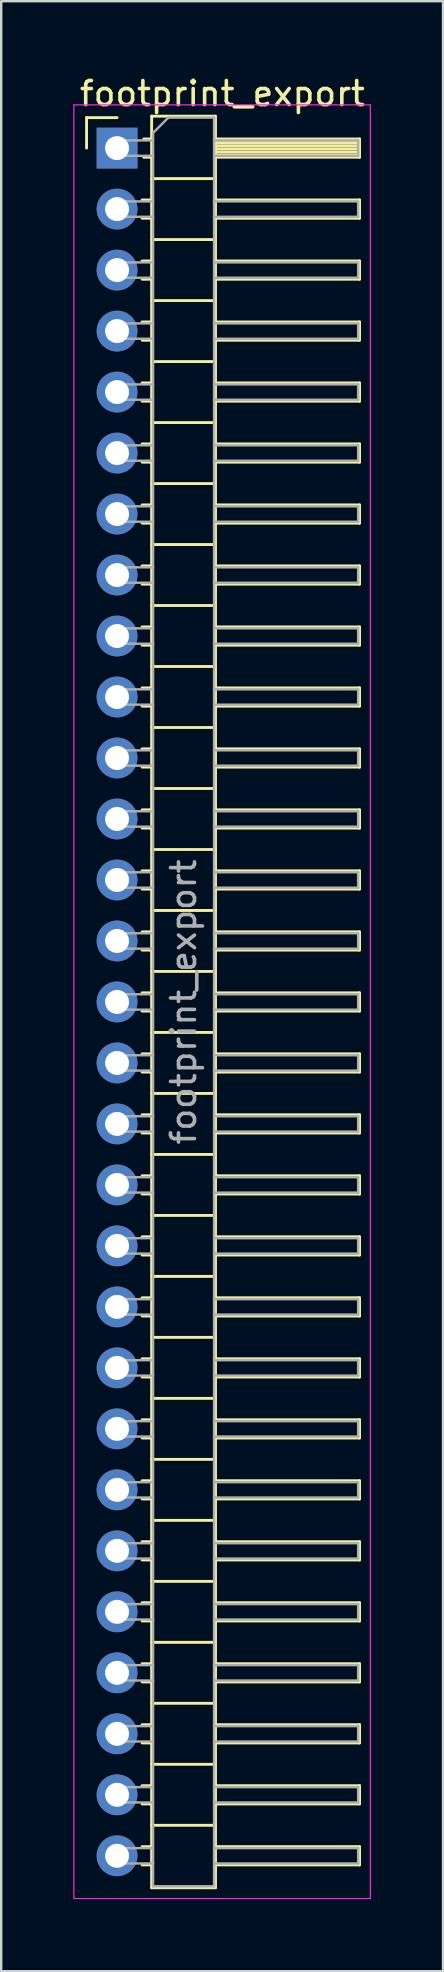
<source format=kicad_pcb>
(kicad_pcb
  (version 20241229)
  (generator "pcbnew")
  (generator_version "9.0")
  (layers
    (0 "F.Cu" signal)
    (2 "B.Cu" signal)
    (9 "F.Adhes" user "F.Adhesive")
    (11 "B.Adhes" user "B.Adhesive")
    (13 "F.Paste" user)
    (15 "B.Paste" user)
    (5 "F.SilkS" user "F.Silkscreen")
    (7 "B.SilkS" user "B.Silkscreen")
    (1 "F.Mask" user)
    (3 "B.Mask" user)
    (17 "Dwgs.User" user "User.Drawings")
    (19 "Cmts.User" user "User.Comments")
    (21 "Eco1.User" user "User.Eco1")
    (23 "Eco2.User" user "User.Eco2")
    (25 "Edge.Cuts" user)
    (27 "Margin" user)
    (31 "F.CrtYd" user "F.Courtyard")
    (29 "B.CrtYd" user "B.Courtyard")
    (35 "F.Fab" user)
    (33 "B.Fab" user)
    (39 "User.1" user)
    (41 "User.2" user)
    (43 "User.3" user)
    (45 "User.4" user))
  (footprint "footprint_export"
    (layer "F.Cu")
    (at 1.825 3.118)
    (property "Reference" "footprint_export" (at 4.385 -2.27 0) (layer "F.SilkS") (effects (font (size 1 1) (thickness 0.15))))
    (attr through_hole)
    (fp_line (start -1.27 -1.27) (end 0 -1.27) (stroke (width 0.12) (type solid)) (layer "F.SilkS"))
    (fp_line (start -1.27 0) (end -1.27 -1.27) (stroke (width 0.12) (type solid)) (layer "F.SilkS"))
    (fp_line (start 1.043 2.16) (end 1.44 2.16) (stroke (width 0.12) (type solid)) (layer "F.SilkS"))
    (fp_line (start 1.043 2.92) (end 1.44 2.92) (stroke (width 0.12) (type solid)) (layer "F.SilkS"))
    (fp_line (start 1.043 4.7) (end 1.44 4.7) (stroke (width 0.12) (type solid)) (layer "F.SilkS"))
    (fp_line (start 1.043 5.46) (end 1.44 5.46) (stroke (width 0.12) (type solid)) (layer "F.SilkS"))
    (fp_line (start 1.043 7.24) (end 1.44 7.24) (stroke (width 0.12) (type solid)) (layer "F.SilkS"))
    (fp_line (start 1.043 8) (end 1.44 8) (stroke (width 0.12) (type solid)) (layer "F.SilkS"))
    (fp_line (start 1.043 9.78) (end 1.44 9.78) (stroke (width 0.12) (type solid)) (layer "F.SilkS"))
    (fp_line (start 1.043 10.54) (end 1.44 10.54) (stroke (width 0.12) (type solid)) (layer "F.SilkS"))
    (fp_line (start 1.043 12.32) (end 1.44 12.32) (stroke (width 0.12) (type solid)) (layer "F.SilkS"))
    (fp_line (start 1.043 13.08) (end 1.44 13.08) (stroke (width 0.12) (type solid)) (layer "F.SilkS"))
    (fp_line (start 1.043 14.86) (end 1.44 14.86) (stroke (width 0.12) (type solid)) (layer "F.SilkS"))
    (fp_line (start 1.043 15.62) (end 1.44 15.62) (stroke (width 0.12) (type solid)) (layer "F.SilkS"))
    (fp_line (start 1.043 17.4) (end 1.44 17.4) (stroke (width 0.12) (type solid)) (layer "F.SilkS"))
    (fp_line (start 1.043 18.16) (end 1.44 18.16) (stroke (width 0.12) (type solid)) (layer "F.SilkS"))
    (fp_line (start 1.043 19.94) (end 1.44 19.94) (stroke (width 0.12) (type solid)) (layer "F.SilkS"))
    (fp_line (start 1.043 20.7) (end 1.44 20.7) (stroke (width 0.12) (type solid)) (layer "F.SilkS"))
    (fp_line (start 1.043 22.48) (end 1.44 22.48) (stroke (width 0.12) (type solid)) (layer "F.SilkS"))
    (fp_line (start 1.043 23.24) (end 1.44 23.24) (stroke (width 0.12) (type solid)) (layer "F.SilkS"))
    (fp_line (start 1.043 25.02) (end 1.44 25.02) (stroke (width 0.12) (type solid)) (layer "F.SilkS"))
    (fp_line (start 1.043 25.78) (end 1.44 25.78) (stroke (width 0.12) (type solid)) (layer "F.SilkS"))
    (fp_line (start 1.043 27.56) (end 1.44 27.56) (stroke (width 0.12) (type solid)) (layer "F.SilkS"))
    (fp_line (start 1.043 28.32) (end 1.44 28.32) (stroke (width 0.12) (type solid)) (layer "F.SilkS"))
    (fp_line (start 1.043 30.1) (end 1.44 30.1) (stroke (width 0.12) (type solid)) (layer "F.SilkS"))
    (fp_line (start 1.043 30.86) (end 1.44 30.86) (stroke (width 0.12) (type solid)) (layer "F.SilkS"))
    (fp_line (start 1.043 32.64) (end 1.44 32.64) (stroke (width 0.12) (type solid)) (layer "F.SilkS"))
    (fp_line (start 1.043 33.4) (end 1.44 33.4) (stroke (width 0.12) (type solid)) (layer "F.SilkS"))
    (fp_line (start 1.043 35.18) (end 1.44 35.18) (stroke (width 0.12) (type solid)) (layer "F.SilkS"))
    (fp_line (start 1.043 35.94) (end 1.44 35.94) (stroke (width 0.12) (type solid)) (layer "F.SilkS"))
    (fp_line (start 1.043 37.72) (end 1.44 37.72) (stroke (width 0.12) (type solid)) (layer "F.SilkS"))
    (fp_line (start 1.043 38.48) (end 1.44 38.48) (stroke (width 0.12) (type solid)) (layer "F.SilkS"))
    (fp_line (start 1.043 40.26) (end 1.44 40.26) (stroke (width 0.12) (type solid)) (layer "F.SilkS"))
    (fp_line (start 1.043 41.02) (end 1.44 41.02) (stroke (width 0.12) (type solid)) (layer "F.SilkS"))
    (fp_line (start 1.043 42.8) (end 1.44 42.8) (stroke (width 0.12) (type solid)) (layer "F.SilkS"))
    (fp_line (start 1.043 43.56) (end 1.44 43.56) (stroke (width 0.12) (type solid)) (layer "F.SilkS"))
    (fp_line (start 1.043 45.34) (end 1.44 45.34) (stroke (width 0.12) (type solid)) (layer "F.SilkS"))
    (fp_line (start 1.043 46.1) (end 1.44 46.1) (stroke (width 0.12) (type solid)) (layer "F.SilkS"))
    (fp_line (start 1.043 47.88) (end 1.44 47.88) (stroke (width 0.12) (type solid)) (layer "F.SilkS"))
    (fp_line (start 1.043 48.64) (end 1.44 48.64) (stroke (width 0.12) (type solid)) (layer "F.SilkS"))
    (fp_line (start 1.043 50.42) (end 1.44 50.42) (stroke (width 0.12) (type solid)) (layer "F.SilkS"))
    (fp_line (start 1.043 51.18) (end 1.44 51.18) (stroke (width 0.12) (type solid)) (layer "F.SilkS"))
    (fp_line (start 1.043 52.96) (end 1.44 52.96) (stroke (width 0.12) (type solid)) (layer "F.SilkS"))
    (fp_line (start 1.043 53.72) (end 1.44 53.72) (stroke (width 0.12) (type solid)) (layer "F.SilkS"))
    (fp_line (start 1.043 55.5) (end 1.44 55.5) (stroke (width 0.12) (type solid)) (layer "F.SilkS"))
    (fp_line (start 1.043 56.26) (end 1.44 56.26) (stroke (width 0.12) (type solid)) (layer "F.SilkS"))
    (fp_line (start 1.043 58.04) (end 1.44 58.04) (stroke (width 0.12) (type solid)) (layer "F.SilkS"))
    (fp_line (start 1.043 58.8) (end 1.44 58.8) (stroke (width 0.12) (type solid)) (layer "F.SilkS"))
    (fp_line (start 1.043 60.58) (end 1.44 60.58) (stroke (width 0.12) (type solid)) (layer "F.SilkS"))
    (fp_line (start 1.043 61.34) (end 1.44 61.34) (stroke (width 0.12) (type solid)) (layer "F.SilkS"))
    (fp_line (start 1.043 63.12) (end 1.44 63.12) (stroke (width 0.12) (type solid)) (layer "F.SilkS"))
    (fp_line (start 1.043 63.88) (end 1.44 63.88) (stroke (width 0.12) (type solid)) (layer "F.SilkS"))
    (fp_line (start 1.043 65.66) (end 1.44 65.66) (stroke (width 0.12) (type solid)) (layer "F.SilkS"))
    (fp_line (start 1.043 66.42) (end 1.44 66.42) (stroke (width 0.12) (type solid)) (layer "F.SilkS"))
    (fp_line (start 1.043 68.2) (end 1.44 68.2) (stroke (width 0.12) (type solid)) (layer "F.SilkS"))
    (fp_line (start 1.043 68.96) (end 1.44 68.96) (stroke (width 0.12) (type solid)) (layer "F.SilkS"))
    (fp_line (start 1.043 70.74) (end 1.44 70.74) (stroke (width 0.12) (type solid)) (layer "F.SilkS"))
    (fp_line (start 1.043 71.5) (end 1.44 71.5) (stroke (width 0.12) (type solid)) (layer "F.SilkS"))
    (fp_line (start 1.11 -0.38) (end 1.44 -0.38) (stroke (width 0.12) (type solid)) (layer "F.SilkS"))
    (fp_line (start 1.11 0.38) (end 1.44 0.38) (stroke (width 0.12) (type solid)) (layer "F.SilkS"))
    (fp_line (start 1.44 -1.33) (end 1.44 72.45) (stroke (width 0.12) (type solid)) (layer "F.SilkS"))
    (fp_line (start 1.44 1.27) (end 4.1 1.27) (stroke (width 0.12) (type solid)) (layer "F.SilkS"))
    (fp_line (start 1.44 3.81) (end 4.1 3.81) (stroke (width 0.12) (type solid)) (layer "F.SilkS"))
    (fp_line (start 1.44 6.35) (end 4.1 6.35) (stroke (width 0.12) (type solid)) (layer "F.SilkS"))
    (fp_line (start 1.44 8.89) (end 4.1 8.89) (stroke (width 0.12) (type solid)) (layer "F.SilkS"))
    (fp_line (start 1.44 11.43) (end 4.1 11.43) (stroke (width 0.12) (type solid)) (layer "F.SilkS"))
    (fp_line (start 1.44 13.97) (end 4.1 13.97) (stroke (width 0.12) (type solid)) (layer "F.SilkS"))
    (fp_line (start 1.44 16.51) (end 4.1 16.51) (stroke (width 0.12) (type solid)) (layer "F.SilkS"))
    (fp_line (start 1.44 19.05) (end 4.1 19.05) (stroke (width 0.12) (type solid)) (layer "F.SilkS"))
    (fp_line (start 1.44 21.59) (end 4.1 21.59) (stroke (width 0.12) (type solid)) (layer "F.SilkS"))
    (fp_line (start 1.44 24.13) (end 4.1 24.13) (stroke (width 0.12) (type solid)) (layer "F.SilkS"))
    (fp_line (start 1.44 26.67) (end 4.1 26.67) (stroke (width 0.12) (type solid)) (layer "F.SilkS"))
    (fp_line (start 1.44 29.21) (end 4.1 29.21) (stroke (width 0.12) (type solid)) (layer "F.SilkS"))
    (fp_line (start 1.44 31.75) (end 4.1 31.75) (stroke (width 0.12) (type solid)) (layer "F.SilkS"))
    (fp_line (start 1.44 34.29) (end 4.1 34.29) (stroke (width 0.12) (type solid)) (layer "F.SilkS"))
    (fp_line (start 1.44 36.83) (end 4.1 36.83) (stroke (width 0.12) (type solid)) (layer "F.SilkS"))
    (fp_line (start 1.44 39.37) (end 4.1 39.37) (stroke (width 0.12) (type solid)) (layer "F.SilkS"))
    (fp_line (start 1.44 41.91) (end 4.1 41.91) (stroke (width 0.12) (type solid)) (layer "F.SilkS"))
    (fp_line (start 1.44 44.45) (end 4.1 44.45) (stroke (width 0.12) (type solid)) (layer "F.SilkS"))
    (fp_line (start 1.44 46.99) (end 4.1 46.99) (stroke (width 0.12) (type solid)) (layer "F.SilkS"))
    (fp_line (start 1.44 49.53) (end 4.1 49.53) (stroke (width 0.12) (type solid)) (layer "F.SilkS"))
    (fp_line (start 1.44 52.07) (end 4.1 52.07) (stroke (width 0.12) (type solid)) (layer "F.SilkS"))
    (fp_line (start 1.44 54.61) (end 4.1 54.61) (stroke (width 0.12) (type solid)) (layer "F.SilkS"))
    (fp_line (start 1.44 57.15) (end 4.1 57.15) (stroke (width 0.12) (type solid)) (layer "F.SilkS"))
    (fp_line (start 1.44 59.69) (end 4.1 59.69) (stroke (width 0.12) (type solid)) (layer "F.SilkS"))
    (fp_line (start 1.44 62.23) (end 4.1 62.23) (stroke (width 0.12) (type solid)) (layer "F.SilkS"))
    (fp_line (start 1.44 64.77) (end 4.1 64.77) (stroke (width 0.12) (type solid)) (layer "F.SilkS"))
    (fp_line (start 1.44 67.31) (end 4.1 67.31) (stroke (width 0.12) (type solid)) (layer "F.SilkS"))
    (fp_line (start 1.44 69.85) (end 4.1 69.85) (stroke (width 0.12) (type solid)) (layer "F.SilkS"))
    (fp_line (start 1.44 72.45) (end 4.1 72.45) (stroke (width 0.12) (type solid)) (layer "F.SilkS"))
    (fp_line (start 4.1 -1.33) (end 1.44 -1.33) (stroke (width 0.12) (type solid)) (layer "F.SilkS"))
    (fp_line (start 4.1 -0.38) (end 10.1 -0.38) (stroke (width 0.12) (type solid)) (layer "F.SilkS"))
    (fp_line (start 4.1 -0.32) (end 10.1 -0.32) (stroke (width 0.12) (type solid)) (layer "F.SilkS"))
    (fp_line (start 4.1 -0.2) (end 10.1 -0.2) (stroke (width 0.12) (type solid)) (layer "F.SilkS"))
    (fp_line (start 4.1 -0.08) (end 10.1 -0.08) (stroke (width 0.12) (type solid)) (layer "F.SilkS"))
    (fp_line (start 4.1 0.04) (end 10.1 0.04) (stroke (width 0.12) (type solid)) (layer "F.SilkS"))
    (fp_line (start 4.1 0.16) (end 10.1 0.16) (stroke (width 0.12) (type solid)) (layer "F.SilkS"))
    (fp_line (start 4.1 0.28) (end 10.1 0.28) (stroke (width 0.12) (type solid)) (layer "F.SilkS"))
    (fp_line (start 4.1 2.16) (end 10.1 2.16) (stroke (width 0.12) (type solid)) (layer "F.SilkS"))
    (fp_line (start 4.1 4.7) (end 10.1 4.7) (stroke (width 0.12) (type solid)) (layer "F.SilkS"))
    (fp_line (start 4.1 7.24) (end 10.1 7.24) (stroke (width 0.12) (type solid)) (layer "F.SilkS"))
    (fp_line (start 4.1 9.78) (end 10.1 9.78) (stroke (width 0.12) (type solid)) (layer "F.SilkS"))
    (fp_line (start 4.1 12.32) (end 10.1 12.32) (stroke (width 0.12) (type solid)) (layer "F.SilkS"))
    (fp_line (start 4.1 14.86) (end 10.1 14.86) (stroke (width 0.12) (type solid)) (layer "F.SilkS"))
    (fp_line (start 4.1 17.4) (end 10.1 17.4) (stroke (width 0.12) (type solid)) (layer "F.SilkS"))
    (fp_line (start 4.1 19.94) (end 10.1 19.94) (stroke (width 0.12) (type solid)) (layer "F.SilkS"))
    (fp_line (start 4.1 22.48) (end 10.1 22.48) (stroke (width 0.12) (type solid)) (layer "F.SilkS"))
    (fp_line (start 4.1 25.02) (end 10.1 25.02) (stroke (width 0.12) (type solid)) (layer "F.SilkS"))
    (fp_line (start 4.1 27.56) (end 10.1 27.56) (stroke (width 0.12) (type solid)) (layer "F.SilkS"))
    (fp_line (start 4.1 30.1) (end 10.1 30.1) (stroke (width 0.12) (type solid)) (layer "F.SilkS"))
    (fp_line (start 4.1 32.64) (end 10.1 32.64) (stroke (width 0.12) (type solid)) (layer "F.SilkS"))
    (fp_line (start 4.1 35.18) (end 10.1 35.18) (stroke (width 0.12) (type solid)) (layer "F.SilkS"))
    (fp_line (start 4.1 37.72) (end 10.1 37.72) (stroke (width 0.12) (type solid)) (layer "F.SilkS"))
    (fp_line (start 4.1 40.26) (end 10.1 40.26) (stroke (width 0.12) (type solid)) (layer "F.SilkS"))
    (fp_line (start 4.1 42.8) (end 10.1 42.8) (stroke (width 0.12) (type solid)) (layer "F.SilkS"))
    (fp_line (start 4.1 45.34) (end 10.1 45.34) (stroke (width 0.12) (type solid)) (layer "F.SilkS"))
    (fp_line (start 4.1 47.88) (end 10.1 47.88) (stroke (width 0.12) (type solid)) (layer "F.SilkS"))
    (fp_line (start 4.1 50.42) (end 10.1 50.42) (stroke (width 0.12) (type solid)) (layer "F.SilkS"))
    (fp_line (start 4.1 52.96) (end 10.1 52.96) (stroke (width 0.12) (type solid)) (layer "F.SilkS"))
    (fp_line (start 4.1 55.5) (end 10.1 55.5) (stroke (width 0.12) (type solid)) (layer "F.SilkS"))
    (fp_line (start 4.1 58.04) (end 10.1 58.04) (stroke (width 0.12) (type solid)) (layer "F.SilkS"))
    (fp_line (start 4.1 60.58) (end 10.1 60.58) (stroke (width 0.12) (type solid)) (layer "F.SilkS"))
    (fp_line (start 4.1 63.12) (end 10.1 63.12) (stroke (width 0.12) (type solid)) (layer "F.SilkS"))
    (fp_line (start 4.1 65.66) (end 10.1 65.66) (stroke (width 0.12) (type solid)) (layer "F.SilkS"))
    (fp_line (start 4.1 68.2) (end 10.1 68.2) (stroke (width 0.12) (type solid)) (layer "F.SilkS"))
    (fp_line (start 4.1 70.74) (end 10.1 70.74) (stroke (width 0.12) (type solid)) (layer "F.SilkS"))
    (fp_line (start 4.1 72.45) (end 4.1 -1.33) (stroke (width 0.12) (type solid)) (layer "F.SilkS"))
    (fp_line (start 10.1 -0.38) (end 10.1 0.38) (stroke (width 0.12) (type solid)) (layer "F.SilkS"))
    (fp_line (start 10.1 0.38) (end 4.1 0.38) (stroke (width 0.12) (type solid)) (layer "F.SilkS"))
    (fp_line (start 10.1 2.16) (end 10.1 2.92) (stroke (width 0.12) (type solid)) (layer "F.SilkS"))
    (fp_line (start 10.1 2.92) (end 4.1 2.92) (stroke (width 0.12) (type solid)) (layer "F.SilkS"))
    (fp_line (start 10.1 4.7) (end 10.1 5.46) (stroke (width 0.12) (type solid)) (layer "F.SilkS"))
    (fp_line (start 10.1 5.46) (end 4.1 5.46) (stroke (width 0.12) (type solid)) (layer "F.SilkS"))
    (fp_line (start 10.1 7.24) (end 10.1 8) (stroke (width 0.12) (type solid)) (layer "F.SilkS"))
    (fp_line (start 10.1 8) (end 4.1 8) (stroke (width 0.12) (type solid)) (layer "F.SilkS"))
    (fp_line (start 10.1 9.78) (end 10.1 10.54) (stroke (width 0.12) (type solid)) (layer "F.SilkS"))
    (fp_line (start 10.1 10.54) (end 4.1 10.54) (stroke (width 0.12) (type solid)) (layer "F.SilkS"))
    (fp_line (start 10.1 12.32) (end 10.1 13.08) (stroke (width 0.12) (type solid)) (layer "F.SilkS"))
    (fp_line (start 10.1 13.08) (end 4.1 13.08) (stroke (width 0.12) (type solid)) (layer "F.SilkS"))
    (fp_line (start 10.1 14.86) (end 10.1 15.62) (stroke (width 0.12) (type solid)) (layer "F.SilkS"))
    (fp_line (start 10.1 15.62) (end 4.1 15.62) (stroke (width 0.12) (type solid)) (layer "F.SilkS"))
    (fp_line (start 10.1 17.4) (end 10.1 18.16) (stroke (width 0.12) (type solid)) (layer "F.SilkS"))
    (fp_line (start 10.1 18.16) (end 4.1 18.16) (stroke (width 0.12) (type solid)) (layer "F.SilkS"))
    (fp_line (start 10.1 19.94) (end 10.1 20.7) (stroke (width 0.12) (type solid)) (layer "F.SilkS"))
    (fp_line (start 10.1 20.7) (end 4.1 20.7) (stroke (width 0.12) (type solid)) (layer "F.SilkS"))
    (fp_line (start 10.1 22.48) (end 10.1 23.24) (stroke (width 0.12) (type solid)) (layer "F.SilkS"))
    (fp_line (start 10.1 23.24) (end 4.1 23.24) (stroke (width 0.12) (type solid)) (layer "F.SilkS"))
    (fp_line (start 10.1 25.02) (end 10.1 25.78) (stroke (width 0.12) (type solid)) (layer "F.SilkS"))
    (fp_line (start 10.1 25.78) (end 4.1 25.78) (stroke (width 0.12) (type solid)) (layer "F.SilkS"))
    (fp_line (start 10.1 27.56) (end 10.1 28.32) (stroke (width 0.12) (type solid)) (layer "F.SilkS"))
    (fp_line (start 10.1 28.32) (end 4.1 28.32) (stroke (width 0.12) (type solid)) (layer "F.SilkS"))
    (fp_line (start 10.1 30.1) (end 10.1 30.86) (stroke (width 0.12) (type solid)) (layer "F.SilkS"))
    (fp_line (start 10.1 30.86) (end 4.1 30.86) (stroke (width 0.12) (type solid)) (layer "F.SilkS"))
    (fp_line (start 10.1 32.64) (end 10.1 33.4) (stroke (width 0.12) (type solid)) (layer "F.SilkS"))
    (fp_line (start 10.1 33.4) (end 4.1 33.4) (stroke (width 0.12) (type solid)) (layer "F.SilkS"))
    (fp_line (start 10.1 35.18) (end 10.1 35.94) (stroke (width 0.12) (type solid)) (layer "F.SilkS"))
    (fp_line (start 10.1 35.94) (end 4.1 35.94) (stroke (width 0.12) (type solid)) (layer "F.SilkS"))
    (fp_line (start 10.1 37.72) (end 10.1 38.48) (stroke (width 0.12) (type solid)) (layer "F.SilkS"))
    (fp_line (start 10.1 38.48) (end 4.1 38.48) (stroke (width 0.12) (type solid)) (layer "F.SilkS"))
    (fp_line (start 10.1 40.26) (end 10.1 41.02) (stroke (width 0.12) (type solid)) (layer "F.SilkS"))
    (fp_line (start 10.1 41.02) (end 4.1 41.02) (stroke (width 0.12) (type solid)) (layer "F.SilkS"))
    (fp_line (start 10.1 42.8) (end 10.1 43.56) (stroke (width 0.12) (type solid)) (layer "F.SilkS"))
    (fp_line (start 10.1 43.56) (end 4.1 43.56) (stroke (width 0.12) (type solid)) (layer "F.SilkS"))
    (fp_line (start 10.1 45.34) (end 10.1 46.1) (stroke (width 0.12) (type solid)) (layer "F.SilkS"))
    (fp_line (start 10.1 46.1) (end 4.1 46.1) (stroke (width 0.12) (type solid)) (layer "F.SilkS"))
    (fp_line (start 10.1 47.88) (end 10.1 48.64) (stroke (width 0.12) (type solid)) (layer "F.SilkS"))
    (fp_line (start 10.1 48.64) (end 4.1 48.64) (stroke (width 0.12) (type solid)) (layer "F.SilkS"))
    (fp_line (start 10.1 50.42) (end 10.1 51.18) (stroke (width 0.12) (type solid)) (layer "F.SilkS"))
    (fp_line (start 10.1 51.18) (end 4.1 51.18) (stroke (width 0.12) (type solid)) (layer "F.SilkS"))
    (fp_line (start 10.1 52.96) (end 10.1 53.72) (stroke (width 0.12) (type solid)) (layer "F.SilkS"))
    (fp_line (start 10.1 53.72) (end 4.1 53.72) (stroke (width 0.12) (type solid)) (layer "F.SilkS"))
    (fp_line (start 10.1 55.5) (end 10.1 56.26) (stroke (width 0.12) (type solid)) (layer "F.SilkS"))
    (fp_line (start 10.1 56.26) (end 4.1 56.26) (stroke (width 0.12) (type solid)) (layer "F.SilkS"))
    (fp_line (start 10.1 58.04) (end 10.1 58.8) (stroke (width 0.12) (type solid)) (layer "F.SilkS"))
    (fp_line (start 10.1 58.8) (end 4.1 58.8) (stroke (width 0.12) (type solid)) (layer "F.SilkS"))
    (fp_line (start 10.1 60.58) (end 10.1 61.34) (stroke (width 0.12) (type solid)) (layer "F.SilkS"))
    (fp_line (start 10.1 61.34) (end 4.1 61.34) (stroke (width 0.12) (type solid)) (layer "F.SilkS"))
    (fp_line (start 10.1 63.12) (end 10.1 63.88) (stroke (width 0.12) (type solid)) (layer "F.SilkS"))
    (fp_line (start 10.1 63.88) (end 4.1 63.88) (stroke (width 0.12) (type solid)) (layer "F.SilkS"))
    (fp_line (start 10.1 65.66) (end 10.1 66.42) (stroke (width 0.12) (type solid)) (layer "F.SilkS"))
    (fp_line (start 10.1 66.42) (end 4.1 66.42) (stroke (width 0.12) (type solid)) (layer "F.SilkS"))
    (fp_line (start 10.1 68.2) (end 10.1 68.96) (stroke (width 0.12) (type solid)) (layer "F.SilkS"))
    (fp_line (start 10.1 68.96) (end 4.1 68.96) (stroke (width 0.12) (type solid)) (layer "F.SilkS"))
    (fp_line (start 10.1 70.74) (end 10.1 71.5) (stroke (width 0.12) (type solid)) (layer "F.SilkS"))
    (fp_line (start 10.1 71.5) (end 4.1 71.5) (stroke (width 0.12) (type solid)) (layer "F.SilkS"))
    (fp_line (start -1.8 -1.8) (end -1.8 72.9) (stroke (width 0.05) (type solid)) (layer "F.CrtYd"))
    (fp_line (start -1.8 72.9) (end 10.55 72.9) (stroke (width 0.05) (type solid)) (layer "F.CrtYd"))
    (fp_line (start 10.55 -1.8) (end -1.8 -1.8) (stroke (width 0.05) (type solid)) (layer "F.CrtYd"))
    (fp_line (start 10.55 72.9) (end 10.55 -1.8) (stroke (width 0.05) (type solid)) (layer "F.CrtYd"))
    (fp_line (start -0.32 -0.32) (end -0.32 0.32) (stroke (width 0.1) (type solid)) (layer "F.Fab"))
    (fp_line (start -0.32 -0.32) (end 1.5 -0.32) (stroke (width 0.1) (type solid)) (layer "F.Fab"))
    (fp_line (start -0.32 0.32) (end 1.5 0.32) (stroke (width 0.1) (type solid)) (layer "F.Fab"))
    (fp_line (start -0.32 2.22) (end -0.32 2.86) (stroke (width 0.1) (type solid)) (layer "F.Fab"))
    (fp_line (start -0.32 2.22) (end 1.5 2.22) (stroke (width 0.1) (type solid)) (layer "F.Fab"))
    (fp_line (start -0.32 2.86) (end 1.5 2.86) (stroke (width 0.1) (type solid)) (layer "F.Fab"))
    (fp_line (start -0.32 4.76) (end -0.32 5.4) (stroke (width 0.1) (type solid)) (layer "F.Fab"))
    (fp_line (start -0.32 4.76) (end 1.5 4.76) (stroke (width 0.1) (type solid)) (layer "F.Fab"))
    (fp_line (start -0.32 5.4) (end 1.5 5.4) (stroke (width 0.1) (type solid)) (layer "F.Fab"))
    (fp_line (start -0.32 7.3) (end -0.32 7.94) (stroke (width 0.1) (type solid)) (layer "F.Fab"))
    (fp_line (start -0.32 7.3) (end 1.5 7.3) (stroke (width 0.1) (type solid)) (layer "F.Fab"))
    (fp_line (start -0.32 7.94) (end 1.5 7.94) (stroke (width 0.1) (type solid)) (layer "F.Fab"))
    (fp_line (start -0.32 9.84) (end -0.32 10.48) (stroke (width 0.1) (type solid)) (layer "F.Fab"))
    (fp_line (start -0.32 9.84) (end 1.5 9.84) (stroke (width 0.1) (type solid)) (layer "F.Fab"))
    (fp_line (start -0.32 10.48) (end 1.5 10.48) (stroke (width 0.1) (type solid)) (layer "F.Fab"))
    (fp_line (start -0.32 12.38) (end -0.32 13.02) (stroke (width 0.1) (type solid)) (layer "F.Fab"))
    (fp_line (start -0.32 12.38) (end 1.5 12.38) (stroke (width 0.1) (type solid)) (layer "F.Fab"))
    (fp_line (start -0.32 13.02) (end 1.5 13.02) (stroke (width 0.1) (type solid)) (layer "F.Fab"))
    (fp_line (start -0.32 14.92) (end -0.32 15.56) (stroke (width 0.1) (type solid)) (layer "F.Fab"))
    (fp_line (start -0.32 14.92) (end 1.5 14.92) (stroke (width 0.1) (type solid)) (layer "F.Fab"))
    (fp_line (start -0.32 15.56) (end 1.5 15.56) (stroke (width 0.1) (type solid)) (layer "F.Fab"))
    (fp_line (start -0.32 17.46) (end -0.32 18.1) (stroke (width 0.1) (type solid)) (layer "F.Fab"))
    (fp_line (start -0.32 17.46) (end 1.5 17.46) (stroke (width 0.1) (type solid)) (layer "F.Fab"))
    (fp_line (start -0.32 18.1) (end 1.5 18.1) (stroke (width 0.1) (type solid)) (layer "F.Fab"))
    (fp_line (start -0.32 20) (end -0.32 20.64) (stroke (width 0.1) (type solid)) (layer "F.Fab"))
    (fp_line (start -0.32 20) (end 1.5 20) (stroke (width 0.1) (type solid)) (layer "F.Fab"))
    (fp_line (start -0.32 20.64) (end 1.5 20.64) (stroke (width 0.1) (type solid)) (layer "F.Fab"))
    (fp_line (start -0.32 22.54) (end -0.32 23.18) (stroke (width 0.1) (type solid)) (layer "F.Fab"))
    (fp_line (start -0.32 22.54) (end 1.5 22.54) (stroke (width 0.1) (type solid)) (layer "F.Fab"))
    (fp_line (start -0.32 23.18) (end 1.5 23.18) (stroke (width 0.1) (type solid)) (layer "F.Fab"))
    (fp_line (start -0.32 25.08) (end -0.32 25.72) (stroke (width 0.1) (type solid)) (layer "F.Fab"))
    (fp_line (start -0.32 25.08) (end 1.5 25.08) (stroke (width 0.1) (type solid)) (layer "F.Fab"))
    (fp_line (start -0.32 25.72) (end 1.5 25.72) (stroke (width 0.1) (type solid)) (layer "F.Fab"))
    (fp_line (start -0.32 27.62) (end -0.32 28.26) (stroke (width 0.1) (type solid)) (layer "F.Fab"))
    (fp_line (start -0.32 27.62) (end 1.5 27.62) (stroke (width 0.1) (type solid)) (layer "F.Fab"))
    (fp_line (start -0.32 28.26) (end 1.5 28.26) (stroke (width 0.1) (type solid)) (layer "F.Fab"))
    (fp_line (start -0.32 30.16) (end -0.32 30.8) (stroke (width 0.1) (type solid)) (layer "F.Fab"))
    (fp_line (start -0.32 30.16) (end 1.5 30.16) (stroke (width 0.1) (type solid)) (layer "F.Fab"))
    (fp_line (start -0.32 30.8) (end 1.5 30.8) (stroke (width 0.1) (type solid)) (layer "F.Fab"))
    (fp_line (start -0.32 32.7) (end -0.32 33.34) (stroke (width 0.1) (type solid)) (layer "F.Fab"))
    (fp_line (start -0.32 32.7) (end 1.5 32.7) (stroke (width 0.1) (type solid)) (layer "F.Fab"))
    (fp_line (start -0.32 33.34) (end 1.5 33.34) (stroke (width 0.1) (type solid)) (layer "F.Fab"))
    (fp_line (start -0.32 35.24) (end -0.32 35.88) (stroke (width 0.1) (type solid)) (layer "F.Fab"))
    (fp_line (start -0.32 35.24) (end 1.5 35.24) (stroke (width 0.1) (type solid)) (layer "F.Fab"))
    (fp_line (start -0.32 35.88) (end 1.5 35.88) (stroke (width 0.1) (type solid)) (layer "F.Fab"))
    (fp_line (start -0.32 37.78) (end -0.32 38.42) (stroke (width 0.1) (type solid)) (layer "F.Fab"))
    (fp_line (start -0.32 37.78) (end 1.5 37.78) (stroke (width 0.1) (type solid)) (layer "F.Fab"))
    (fp_line (start -0.32 38.42) (end 1.5 38.42) (stroke (width 0.1) (type solid)) (layer "F.Fab"))
    (fp_line (start -0.32 40.32) (end -0.32 40.96) (stroke (width 0.1) (type solid)) (layer "F.Fab"))
    (fp_line (start -0.32 40.32) (end 1.5 40.32) (stroke (width 0.1) (type solid)) (layer "F.Fab"))
    (fp_line (start -0.32 40.96) (end 1.5 40.96) (stroke (width 0.1) (type solid)) (layer "F.Fab"))
    (fp_line (start -0.32 42.86) (end -0.32 43.5) (stroke (width 0.1) (type solid)) (layer "F.Fab"))
    (fp_line (start -0.32 42.86) (end 1.5 42.86) (stroke (width 0.1) (type solid)) (layer "F.Fab"))
    (fp_line (start -0.32 43.5) (end 1.5 43.5) (stroke (width 0.1) (type solid)) (layer "F.Fab"))
    (fp_line (start -0.32 45.4) (end -0.32 46.04) (stroke (width 0.1) (type solid)) (layer "F.Fab"))
    (fp_line (start -0.32 45.4) (end 1.5 45.4) (stroke (width 0.1) (type solid)) (layer "F.Fab"))
    (fp_line (start -0.32 46.04) (end 1.5 46.04) (stroke (width 0.1) (type solid)) (layer "F.Fab"))
    (fp_line (start -0.32 47.94) (end -0.32 48.58) (stroke (width 0.1) (type solid)) (layer "F.Fab"))
    (fp_line (start -0.32 47.94) (end 1.5 47.94) (stroke (width 0.1) (type solid)) (layer "F.Fab"))
    (fp_line (start -0.32 48.58) (end 1.5 48.58) (stroke (width 0.1) (type solid)) (layer "F.Fab"))
    (fp_line (start -0.32 50.48) (end -0.32 51.12) (stroke (width 0.1) (type solid)) (layer "F.Fab"))
    (fp_line (start -0.32 50.48) (end 1.5 50.48) (stroke (width 0.1) (type solid)) (layer "F.Fab"))
    (fp_line (start -0.32 51.12) (end 1.5 51.12) (stroke (width 0.1) (type solid)) (layer "F.Fab"))
    (fp_line (start -0.32 53.02) (end -0.32 53.66) (stroke (width 0.1) (type solid)) (layer "F.Fab"))
    (fp_line (start -0.32 53.02) (end 1.5 53.02) (stroke (width 0.1) (type solid)) (layer "F.Fab"))
    (fp_line (start -0.32 53.66) (end 1.5 53.66) (stroke (width 0.1) (type solid)) (layer "F.Fab"))
    (fp_line (start -0.32 55.56) (end -0.32 56.2) (stroke (width 0.1) (type solid)) (layer "F.Fab"))
    (fp_line (start -0.32 55.56) (end 1.5 55.56) (stroke (width 0.1) (type solid)) (layer "F.Fab"))
    (fp_line (start -0.32 56.2) (end 1.5 56.2) (stroke (width 0.1) (type solid)) (layer "F.Fab"))
    (fp_line (start -0.32 58.1) (end -0.32 58.74) (stroke (width 0.1) (type solid)) (layer "F.Fab"))
    (fp_line (start -0.32 58.1) (end 1.5 58.1) (stroke (width 0.1) (type solid)) (layer "F.Fab"))
    (fp_line (start -0.32 58.74) (end 1.5 58.74) (stroke (width 0.1) (type solid)) (layer "F.Fab"))
    (fp_line (start -0.32 60.64) (end -0.32 61.28) (stroke (width 0.1) (type solid)) (layer "F.Fab"))
    (fp_line (start -0.32 60.64) (end 1.5 60.64) (stroke (width 0.1) (type solid)) (layer "F.Fab"))
    (fp_line (start -0.32 61.28) (end 1.5 61.28) (stroke (width 0.1) (type solid)) (layer "F.Fab"))
    (fp_line (start -0.32 63.18) (end -0.32 63.82) (stroke (width 0.1) (type solid)) (layer "F.Fab"))
    (fp_line (start -0.32 63.18) (end 1.5 63.18) (stroke (width 0.1) (type solid)) (layer "F.Fab"))
    (fp_line (start -0.32 63.82) (end 1.5 63.82) (stroke (width 0.1) (type solid)) (layer "F.Fab"))
    (fp_line (start -0.32 65.72) (end -0.32 66.36) (stroke (width 0.1) (type solid)) (layer "F.Fab"))
    (fp_line (start -0.32 65.72) (end 1.5 65.72) (stroke (width 0.1) (type solid)) (layer "F.Fab"))
    (fp_line (start -0.32 66.36) (end 1.5 66.36) (stroke (width 0.1) (type solid)) (layer "F.Fab"))
    (fp_line (start -0.32 68.26) (end -0.32 68.9) (stroke (width 0.1) (type solid)) (layer "F.Fab"))
    (fp_line (start -0.32 68.26) (end 1.5 68.26) (stroke (width 0.1) (type solid)) (layer "F.Fab"))
    (fp_line (start -0.32 68.9) (end 1.5 68.9) (stroke (width 0.1) (type solid)) (layer "F.Fab"))
    (fp_line (start -0.32 70.8) (end -0.32 71.44) (stroke (width 0.1) (type solid)) (layer "F.Fab"))
    (fp_line (start -0.32 70.8) (end 1.5 70.8) (stroke (width 0.1) (type solid)) (layer "F.Fab"))
    (fp_line (start -0.32 71.44) (end 1.5 71.44) (stroke (width 0.1) (type solid)) (layer "F.Fab"))
    (fp_line (start 1.5 -0.635) (end 2.135 -1.27) (stroke (width 0.1) (type solid)) (layer "F.Fab"))
    (fp_line (start 1.5 72.39) (end 1.5 -0.635) (stroke (width 0.1) (type solid)) (layer "F.Fab"))
    (fp_line (start 2.135 -1.27) (end 4.04 -1.27) (stroke (width 0.1) (type solid)) (layer "F.Fab"))
    (fp_line (start 4.04 -1.27) (end 4.04 72.39) (stroke (width 0.1) (type solid)) (layer "F.Fab"))
    (fp_line (start 4.04 -0.32) (end 10.04 -0.32) (stroke (width 0.1) (type solid)) (layer "F.Fab"))
    (fp_line (start 4.04 0.32) (end 10.04 0.32) (stroke (width 0.1) (type solid)) (layer "F.Fab"))
    (fp_line (start 4.04 2.22) (end 10.04 2.22) (stroke (width 0.1) (type solid)) (layer "F.Fab"))
    (fp_line (start 4.04 2.86) (end 10.04 2.86) (stroke (width 0.1) (type solid)) (layer "F.Fab"))
    (fp_line (start 4.04 4.76) (end 10.04 4.76) (stroke (width 0.1) (type solid)) (layer "F.Fab"))
    (fp_line (start 4.04 5.4) (end 10.04 5.4) (stroke (width 0.1) (type solid)) (layer "F.Fab"))
    (fp_line (start 4.04 7.3) (end 10.04 7.3) (stroke (width 0.1) (type solid)) (layer "F.Fab"))
    (fp_line (start 4.04 7.94) (end 10.04 7.94) (stroke (width 0.1) (type solid)) (layer "F.Fab"))
    (fp_line (start 4.04 9.84) (end 10.04 9.84) (stroke (width 0.1) (type solid)) (layer "F.Fab"))
    (fp_line (start 4.04 10.48) (end 10.04 10.48) (stroke (width 0.1) (type solid)) (layer "F.Fab"))
    (fp_line (start 4.04 12.38) (end 10.04 12.38) (stroke (width 0.1) (type solid)) (layer "F.Fab"))
    (fp_line (start 4.04 13.02) (end 10.04 13.02) (stroke (width 0.1) (type solid)) (layer "F.Fab"))
    (fp_line (start 4.04 14.92) (end 10.04 14.92) (stroke (width 0.1) (type solid)) (layer "F.Fab"))
    (fp_line (start 4.04 15.56) (end 10.04 15.56) (stroke (width 0.1) (type solid)) (layer "F.Fab"))
    (fp_line (start 4.04 17.46) (end 10.04 17.46) (stroke (width 0.1) (type solid)) (layer "F.Fab"))
    (fp_line (start 4.04 18.1) (end 10.04 18.1) (stroke (width 0.1) (type solid)) (layer "F.Fab"))
    (fp_line (start 4.04 20) (end 10.04 20) (stroke (width 0.1) (type solid)) (layer "F.Fab"))
    (fp_line (start 4.04 20.64) (end 10.04 20.64) (stroke (width 0.1) (type solid)) (layer "F.Fab"))
    (fp_line (start 4.04 22.54) (end 10.04 22.54) (stroke (width 0.1) (type solid)) (layer "F.Fab"))
    (fp_line (start 4.04 23.18) (end 10.04 23.18) (stroke (width 0.1) (type solid)) (layer "F.Fab"))
    (fp_line (start 4.04 25.08) (end 10.04 25.08) (stroke (width 0.1) (type solid)) (layer "F.Fab"))
    (fp_line (start 4.04 25.72) (end 10.04 25.72) (stroke (width 0.1) (type solid)) (layer "F.Fab"))
    (fp_line (start 4.04 27.62) (end 10.04 27.62) (stroke (width 0.1) (type solid)) (layer "F.Fab"))
    (fp_line (start 4.04 28.26) (end 10.04 28.26) (stroke (width 0.1) (type solid)) (layer "F.Fab"))
    (fp_line (start 4.04 30.16) (end 10.04 30.16) (stroke (width 0.1) (type solid)) (layer "F.Fab"))
    (fp_line (start 4.04 30.8) (end 10.04 30.8) (stroke (width 0.1) (type solid)) (layer "F.Fab"))
    (fp_line (start 4.04 32.7) (end 10.04 32.7) (stroke (width 0.1) (type solid)) (layer "F.Fab"))
    (fp_line (start 4.04 33.34) (end 10.04 33.34) (stroke (width 0.1) (type solid)) (layer "F.Fab"))
    (fp_line (start 4.04 35.24) (end 10.04 35.24) (stroke (width 0.1) (type solid)) (layer "F.Fab"))
    (fp_line (start 4.04 35.88) (end 10.04 35.88) (stroke (width 0.1) (type solid)) (layer "F.Fab"))
    (fp_line (start 4.04 37.78) (end 10.04 37.78) (stroke (width 0.1) (type solid)) (layer "F.Fab"))
    (fp_line (start 4.04 38.42) (end 10.04 38.42) (stroke (width 0.1) (type solid)) (layer "F.Fab"))
    (fp_line (start 4.04 40.32) (end 10.04 40.32) (stroke (width 0.1) (type solid)) (layer "F.Fab"))
    (fp_line (start 4.04 40.96) (end 10.04 40.96) (stroke (width 0.1) (type solid)) (layer "F.Fab"))
    (fp_line (start 4.04 42.86) (end 10.04 42.86) (stroke (width 0.1) (type solid)) (layer "F.Fab"))
    (fp_line (start 4.04 43.5) (end 10.04 43.5) (stroke (width 0.1) (type solid)) (layer "F.Fab"))
    (fp_line (start 4.04 45.4) (end 10.04 45.4) (stroke (width 0.1) (type solid)) (layer "F.Fab"))
    (fp_line (start 4.04 46.04) (end 10.04 46.04) (stroke (width 0.1) (type solid)) (layer "F.Fab"))
    (fp_line (start 4.04 47.94) (end 10.04 47.94) (stroke (width 0.1) (type solid)) (layer "F.Fab"))
    (fp_line (start 4.04 48.58) (end 10.04 48.58) (stroke (width 0.1) (type solid)) (layer "F.Fab"))
    (fp_line (start 4.04 50.48) (end 10.04 50.48) (stroke (width 0.1) (type solid)) (layer "F.Fab"))
    (fp_line (start 4.04 51.12) (end 10.04 51.12) (stroke (width 0.1) (type solid)) (layer "F.Fab"))
    (fp_line (start 4.04 53.02) (end 10.04 53.02) (stroke (width 0.1) (type solid)) (layer "F.Fab"))
    (fp_line (start 4.04 53.66) (end 10.04 53.66) (stroke (width 0.1) (type solid)) (layer "F.Fab"))
    (fp_line (start 4.04 55.56) (end 10.04 55.56) (stroke (width 0.1) (type solid)) (layer "F.Fab"))
    (fp_line (start 4.04 56.2) (end 10.04 56.2) (stroke (width 0.1) (type solid)) (layer "F.Fab"))
    (fp_line (start 4.04 58.1) (end 10.04 58.1) (stroke (width 0.1) (type solid)) (layer "F.Fab"))
    (fp_line (start 4.04 58.74) (end 10.04 58.74) (stroke (width 0.1) (type solid)) (layer "F.Fab"))
    (fp_line (start 4.04 60.64) (end 10.04 60.64) (stroke (width 0.1) (type solid)) (layer "F.Fab"))
    (fp_line (start 4.04 61.28) (end 10.04 61.28) (stroke (width 0.1) (type solid)) (layer "F.Fab"))
    (fp_line (start 4.04 63.18) (end 10.04 63.18) (stroke (width 0.1) (type solid)) (layer "F.Fab"))
    (fp_line (start 4.04 63.82) (end 10.04 63.82) (stroke (width 0.1) (type solid)) (layer "F.Fab"))
    (fp_line (start 4.04 65.72) (end 10.04 65.72) (stroke (width 0.1) (type solid)) (layer "F.Fab"))
    (fp_line (start 4.04 66.36) (end 10.04 66.36) (stroke (width 0.1) (type solid)) (layer "F.Fab"))
    (fp_line (start 4.04 68.26) (end 10.04 68.26) (stroke (width 0.1) (type solid)) (layer "F.Fab"))
    (fp_line (start 4.04 68.9) (end 10.04 68.9) (stroke (width 0.1) (type solid)) (layer "F.Fab"))
    (fp_line (start 4.04 70.8) (end 10.04 70.8) (stroke (width 0.1) (type solid)) (layer "F.Fab"))
    (fp_line (start 4.04 71.44) (end 10.04 71.44) (stroke (width 0.1) (type solid)) (layer "F.Fab"))
    (fp_line (start 4.04 72.39) (end 1.5 72.39) (stroke (width 0.1) (type solid)) (layer "F.Fab"))
    (fp_line (start 10.04 -0.32) (end 10.04 0.32) (stroke (width 0.1) (type solid)) (layer "F.Fab"))
    (fp_line (start 10.04 2.22) (end 10.04 2.86) (stroke (width 0.1) (type solid)) (layer "F.Fab"))
    (fp_line (start 10.04 4.76) (end 10.04 5.4) (stroke (width 0.1) (type solid)) (layer "F.Fab"))
    (fp_line (start 10.04 7.3) (end 10.04 7.94) (stroke (width 0.1) (type solid)) (layer "F.Fab"))
    (fp_line (start 10.04 9.84) (end 10.04 10.48) (stroke (width 0.1) (type solid)) (layer "F.Fab"))
    (fp_line (start 10.04 12.38) (end 10.04 13.02) (stroke (width 0.1) (type solid)) (layer "F.Fab"))
    (fp_line (start 10.04 14.92) (end 10.04 15.56) (stroke (width 0.1) (type solid)) (layer "F.Fab"))
    (fp_line (start 10.04 17.46) (end 10.04 18.1) (stroke (width 0.1) (type solid)) (layer "F.Fab"))
    (fp_line (start 10.04 20) (end 10.04 20.64) (stroke (width 0.1) (type solid)) (layer "F.Fab"))
    (fp_line (start 10.04 22.54) (end 10.04 23.18) (stroke (width 0.1) (type solid)) (layer "F.Fab"))
    (fp_line (start 10.04 25.08) (end 10.04 25.72) (stroke (width 0.1) (type solid)) (layer "F.Fab"))
    (fp_line (start 10.04 27.62) (end 10.04 28.26) (stroke (width 0.1) (type solid)) (layer "F.Fab"))
    (fp_line (start 10.04 30.16) (end 10.04 30.8) (stroke (width 0.1) (type solid)) (layer "F.Fab"))
    (fp_line (start 10.04 32.7) (end 10.04 33.34) (stroke (width 0.1) (type solid)) (layer "F.Fab"))
    (fp_line (start 10.04 35.24) (end 10.04 35.88) (stroke (width 0.1) (type solid)) (layer "F.Fab"))
    (fp_line (start 10.04 37.78) (end 10.04 38.42) (stroke (width 0.1) (type solid)) (layer "F.Fab"))
    (fp_line (start 10.04 40.32) (end 10.04 40.96) (stroke (width 0.1) (type solid)) (layer "F.Fab"))
    (fp_line (start 10.04 42.86) (end 10.04 43.5) (stroke (width 0.1) (type solid)) (layer "F.Fab"))
    (fp_line (start 10.04 45.4) (end 10.04 46.04) (stroke (width 0.1) (type solid)) (layer "F.Fab"))
    (fp_line (start 10.04 47.94) (end 10.04 48.58) (stroke (width 0.1) (type solid)) (layer "F.Fab"))
    (fp_line (start 10.04 50.48) (end 10.04 51.12) (stroke (width 0.1) (type solid)) (layer "F.Fab"))
    (fp_line (start 10.04 53.02) (end 10.04 53.66) (stroke (width 0.1) (type solid)) (layer "F.Fab"))
    (fp_line (start 10.04 55.56) (end 10.04 56.2) (stroke (width 0.1) (type solid)) (layer "F.Fab"))
    (fp_line (start 10.04 58.1) (end 10.04 58.74) (stroke (width 0.1) (type solid)) (layer "F.Fab"))
    (fp_line (start 10.04 60.64) (end 10.04 61.28) (stroke (width 0.1) (type solid)) (layer "F.Fab"))
    (fp_line (start 10.04 63.18) (end 10.04 63.82) (stroke (width 0.1) (type solid)) (layer "F.Fab"))
    (fp_line (start 10.04 65.72) (end 10.04 66.36) (stroke (width 0.1) (type solid)) (layer "F.Fab"))
    (fp_line (start 10.04 68.26) (end 10.04 68.9) (stroke (width 0.1) (type solid)) (layer "F.Fab"))
    (fp_line (start 10.04 70.8) (end 10.04 71.44) (stroke (width 0.1) (type solid)) (layer "F.Fab"))
    (fp_text user "${REFERENCE}" (at 2.77 35.56 90) (layer "F.Fab") (effects (font (size 1 1) (thickness 0.15))))
    (pad "1" thru_hole rect (at 0 0) (size 1.7 1.7) (drill 1) (layers "*.Cu" "*.Mask"))
    (pad "2" thru_hole oval (at 0 2.54) (size 1.7 1.7) (drill 1) (layers "*.Cu" "*.Mask"))
    (pad "3" thru_hole oval (at 0 5.08) (size 1.7 1.7) (drill 1) (layers "*.Cu" "*.Mask"))
    (pad "4" thru_hole oval (at 0 7.62) (size 1.7 1.7) (drill 1) (layers "*.Cu" "*.Mask"))
    (pad "5" thru_hole oval (at 0 10.16) (size 1.7 1.7) (drill 1) (layers "*.Cu" "*.Mask"))
    (pad "6" thru_hole oval (at 0 12.7) (size 1.7 1.7) (drill 1) (layers "*.Cu" "*.Mask"))
    (pad "7" thru_hole oval (at 0 15.24) (size 1.7 1.7) (drill 1) (layers "*.Cu" "*.Mask"))
    (pad "8" thru_hole oval (at 0 17.78) (size 1.7 1.7) (drill 1) (layers "*.Cu" "*.Mask"))
    (pad "9" thru_hole oval (at 0 20.32) (size 1.7 1.7) (drill 1) (layers "*.Cu" "*.Mask"))
    (pad "10" thru_hole oval (at 0 22.86) (size 1.7 1.7) (drill 1) (layers "*.Cu" "*.Mask"))
    (pad "11" thru_hole oval (at 0 25.4) (size 1.7 1.7) (drill 1) (layers "*.Cu" "*.Mask"))
    (pad "12" thru_hole oval (at 0 27.94) (size 1.7 1.7) (drill 1) (layers "*.Cu" "*.Mask"))
    (pad "13" thru_hole oval (at 0 30.48) (size 1.7 1.7) (drill 1) (layers "*.Cu" "*.Mask"))
    (pad "14" thru_hole oval (at 0 33.02) (size 1.7 1.7) (drill 1) (layers "*.Cu" "*.Mask"))
    (pad "15" thru_hole oval (at 0 35.56) (size 1.7 1.7) (drill 1) (layers "*.Cu" "*.Mask"))
    (pad "16" thru_hole oval (at 0 38.1) (size 1.7 1.7) (drill 1) (layers "*.Cu" "*.Mask"))
    (pad "17" thru_hole oval (at 0 40.64) (size 1.7 1.7) (drill 1) (layers "*.Cu" "*.Mask"))
    (pad "18" thru_hole oval (at 0 43.18) (size 1.7 1.7) (drill 1) (layers "*.Cu" "*.Mask"))
    (pad "19" thru_hole oval (at 0 45.72) (size 1.7 1.7) (drill 1) (layers "*.Cu" "*.Mask"))
    (pad "20" thru_hole oval (at 0 48.26) (size 1.7 1.7) (drill 1) (layers "*.Cu" "*.Mask"))
    (pad "21" thru_hole oval (at 0 50.8) (size 1.7 1.7) (drill 1) (layers "*.Cu" "*.Mask"))
    (pad "22" thru_hole oval (at 0 53.34) (size 1.7 1.7) (drill 1) (layers "*.Cu" "*.Mask"))
    (pad "23" thru_hole oval (at 0 55.88) (size 1.7 1.7) (drill 1) (layers "*.Cu" "*.Mask"))
    (pad "24" thru_hole oval (at 0 58.42) (size 1.7 1.7) (drill 1) (layers "*.Cu" "*.Mask"))
    (pad "25" thru_hole oval (at 0 60.96) (size 1.7 1.7) (drill 1) (layers "*.Cu" "*.Mask"))
    (pad "26" thru_hole oval (at 0 63.5) (size 1.7 1.7) (drill 1) (layers "*.Cu" "*.Mask"))
    (pad "27" thru_hole oval (at 0 66.04) (size 1.7 1.7) (drill 1) (layers "*.Cu" "*.Mask"))
    (pad "28" thru_hole oval (at 0 68.58) (size 1.7 1.7) (drill 1) (layers "*.Cu" "*.Mask"))
    (pad "29" thru_hole oval (at 0 71.12) (size 1.7 1.7) (drill 1) (layers "*.Cu" "*.Mask")))
  (gr_rect
    (start -3 -3)
    (end 15.4 79.043)
    (stroke (width 0.1) (type default))
    (fill no)
    (layer "Edge.Cuts")))
</source>
